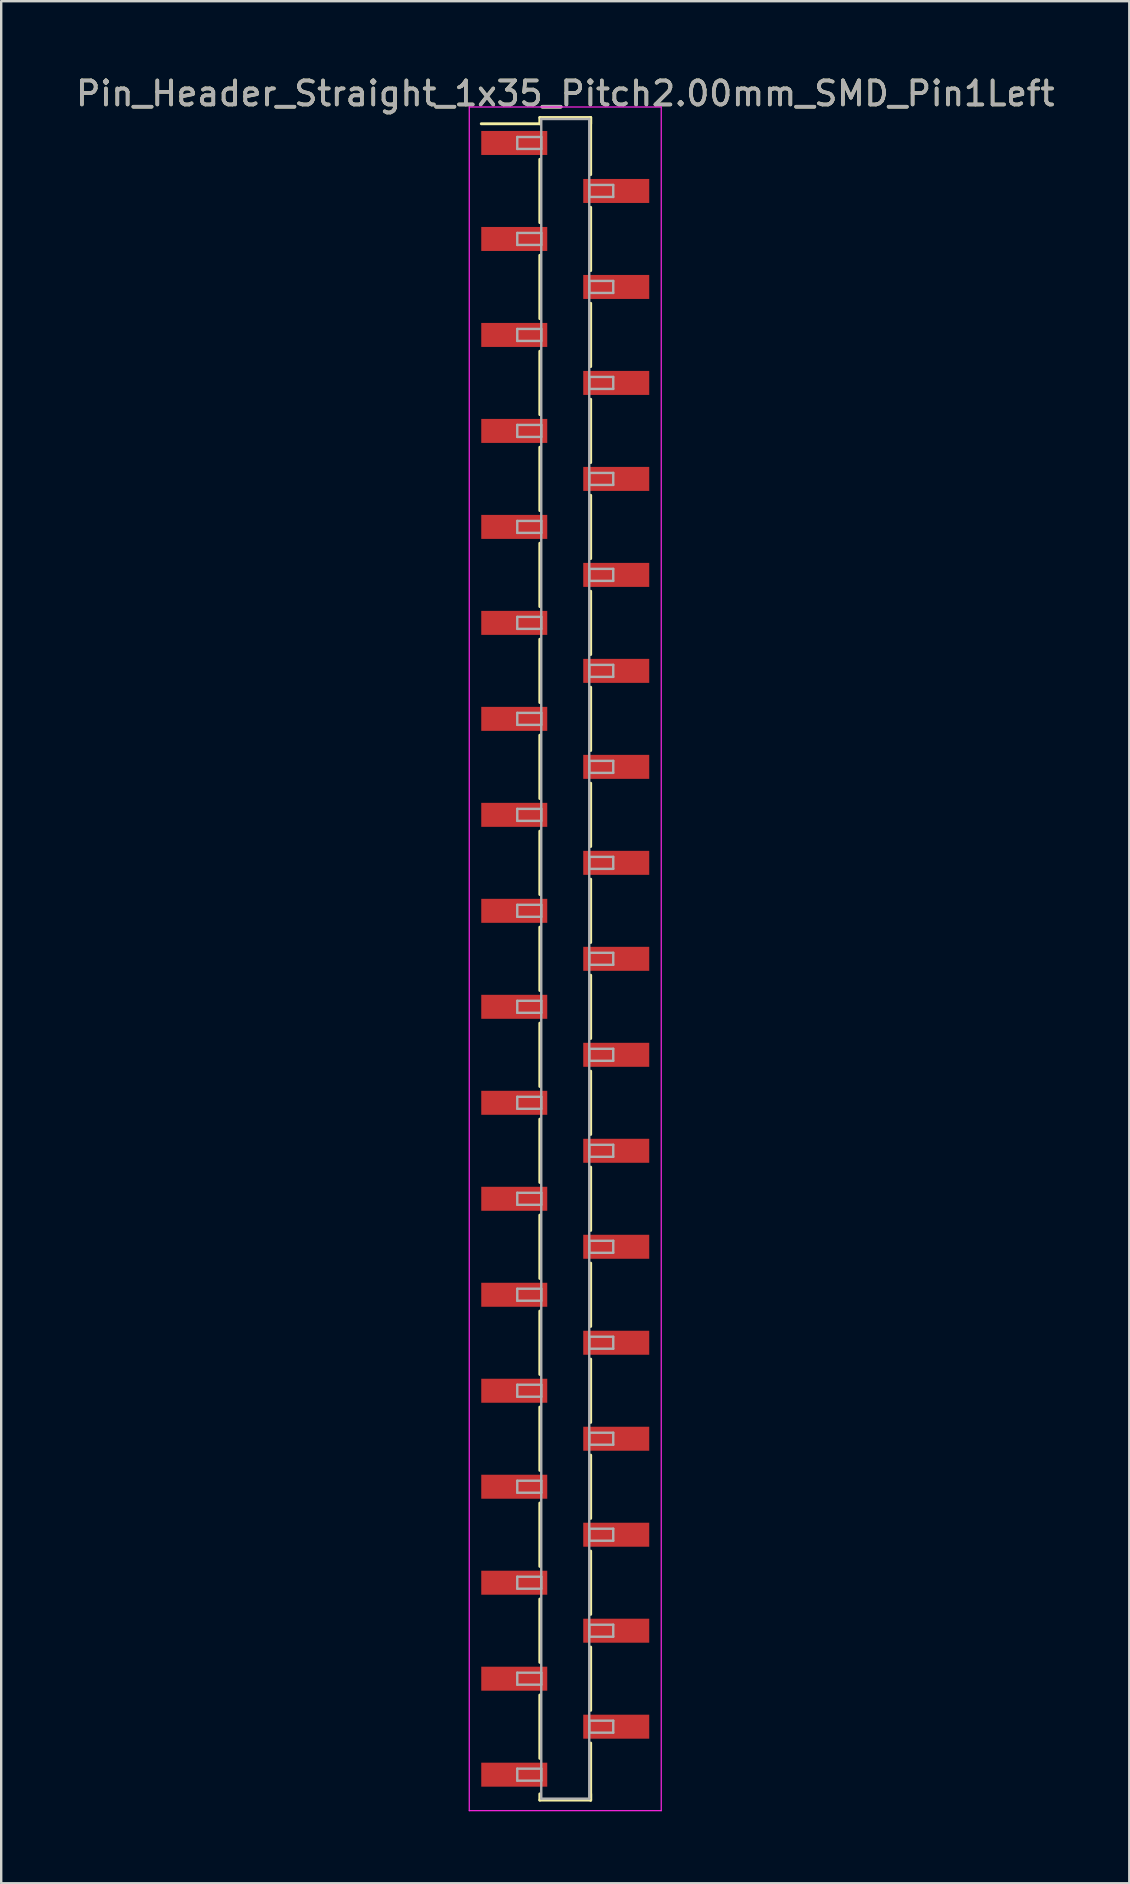
<source format=kicad_pcb>
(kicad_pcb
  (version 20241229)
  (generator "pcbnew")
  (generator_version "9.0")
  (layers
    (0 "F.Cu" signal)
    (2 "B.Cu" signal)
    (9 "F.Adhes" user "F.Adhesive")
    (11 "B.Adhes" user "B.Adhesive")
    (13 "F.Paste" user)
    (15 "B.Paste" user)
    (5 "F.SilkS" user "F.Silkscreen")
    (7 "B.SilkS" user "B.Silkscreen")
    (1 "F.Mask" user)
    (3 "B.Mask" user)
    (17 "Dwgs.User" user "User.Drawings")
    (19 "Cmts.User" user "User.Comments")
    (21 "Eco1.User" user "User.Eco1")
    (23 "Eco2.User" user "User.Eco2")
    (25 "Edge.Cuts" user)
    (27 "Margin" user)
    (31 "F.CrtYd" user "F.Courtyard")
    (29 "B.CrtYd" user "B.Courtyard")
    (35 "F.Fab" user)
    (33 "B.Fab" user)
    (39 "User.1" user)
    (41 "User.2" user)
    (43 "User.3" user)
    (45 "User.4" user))
  (footprint "Pin_Header_Straight_1x35_Pitch2.00mm_SMD_Pin1Left"
    (layer "F.Cu")
    (at 20.506 36.908)
    (property "Reference" "Pin_Header_Straight_1x35_Pitch2.00mm_SMD_Pin1Left" (at 0 -36.06 0) (layer "F.SilkS") (effects (font (size 1 1) (thickness 0.15))))
    (attr smd)
    (fp_line (start -1.06 -35.06) (end 1.06 -35.06) (stroke (width 0.12) (type solid)) (layer "F.SilkS"))
    (fp_line (start -1.06 -34.8) (end -3.5 -34.8) (stroke (width 0.12) (type solid)) (layer "F.SilkS"))
    (fp_line (start -1.06 -34.8) (end -1.06 -35.06) (stroke (width 0.12) (type solid)) (layer "F.SilkS"))
    (fp_line (start -1.06 -33.32) (end -1.06 -30.68) (stroke (width 0.12) (type solid)) (layer "F.SilkS"))
    (fp_line (start -1.06 -29.32) (end -1.06 -26.68) (stroke (width 0.12) (type solid)) (layer "F.SilkS"))
    (fp_line (start -1.06 -25.32) (end -1.06 -22.68) (stroke (width 0.12) (type solid)) (layer "F.SilkS"))
    (fp_line (start -1.06 -21.32) (end -1.06 -18.68) (stroke (width 0.12) (type solid)) (layer "F.SilkS"))
    (fp_line (start -1.06 -17.32) (end -1.06 -14.68) (stroke (width 0.12) (type solid)) (layer "F.SilkS"))
    (fp_line (start -1.06 -13.32) (end -1.06 -10.68) (stroke (width 0.12) (type solid)) (layer "F.SilkS"))
    (fp_line (start -1.06 -9.32) (end -1.06 -6.68) (stroke (width 0.12) (type solid)) (layer "F.SilkS"))
    (fp_line (start -1.06 -5.32) (end -1.06 -2.68) (stroke (width 0.12) (type solid)) (layer "F.SilkS"))
    (fp_line (start -1.06 -1.32) (end -1.06 1.32) (stroke (width 0.12) (type solid)) (layer "F.SilkS"))
    (fp_line (start -1.06 2.68) (end -1.06 5.32) (stroke (width 0.12) (type solid)) (layer "F.SilkS"))
    (fp_line (start -1.06 6.68) (end -1.06 9.32) (stroke (width 0.12) (type solid)) (layer "F.SilkS"))
    (fp_line (start -1.06 10.68) (end -1.06 13.32) (stroke (width 0.12) (type solid)) (layer "F.SilkS"))
    (fp_line (start -1.06 14.68) (end -1.06 17.32) (stroke (width 0.12) (type solid)) (layer "F.SilkS"))
    (fp_line (start -1.06 18.68) (end -1.06 21.32) (stroke (width 0.12) (type solid)) (layer "F.SilkS"))
    (fp_line (start -1.06 22.68) (end -1.06 25.32) (stroke (width 0.12) (type solid)) (layer "F.SilkS"))
    (fp_line (start -1.06 26.68) (end -1.06 29.32) (stroke (width 0.12) (type solid)) (layer "F.SilkS"))
    (fp_line (start -1.06 30.68) (end -1.06 33.32) (stroke (width 0.12) (type solid)) (layer "F.SilkS"))
    (fp_line (start -1.06 34.8) (end -1.06 35.06) (stroke (width 0.12) (type solid)) (layer "F.SilkS"))
    (fp_line (start -1.06 35.06) (end 1.06 35.06) (stroke (width 0.12) (type solid)) (layer "F.SilkS"))
    (fp_line (start 1.06 -35.06) (end 1.06 -34.8) (stroke (width 0.12) (type solid)) (layer "F.SilkS"))
    (fp_line (start 1.06 -35.06) (end 1.06 -32.68) (stroke (width 0.12) (type solid)) (layer "F.SilkS"))
    (fp_line (start 1.06 -31.32) (end 1.06 -28.68) (stroke (width 0.12) (type solid)) (layer "F.SilkS"))
    (fp_line (start 1.06 -27.32) (end 1.06 -24.68) (stroke (width 0.12) (type solid)) (layer "F.SilkS"))
    (fp_line (start 1.06 -23.32) (end 1.06 -20.68) (stroke (width 0.12) (type solid)) (layer "F.SilkS"))
    (fp_line (start 1.06 -19.32) (end 1.06 -16.68) (stroke (width 0.12) (type solid)) (layer "F.SilkS"))
    (fp_line (start 1.06 -15.32) (end 1.06 -12.68) (stroke (width 0.12) (type solid)) (layer "F.SilkS"))
    (fp_line (start 1.06 -11.32) (end 1.06 -8.68) (stroke (width 0.12) (type solid)) (layer "F.SilkS"))
    (fp_line (start 1.06 -7.32) (end 1.06 -4.68) (stroke (width 0.12) (type solid)) (layer "F.SilkS"))
    (fp_line (start 1.06 -3.32) (end 1.06 -0.68) (stroke (width 0.12) (type solid)) (layer "F.SilkS"))
    (fp_line (start 1.06 0.68) (end 1.06 3.32) (stroke (width 0.12) (type solid)) (layer "F.SilkS"))
    (fp_line (start 1.06 4.68) (end 1.06 7.32) (stroke (width 0.12) (type solid)) (layer "F.SilkS"))
    (fp_line (start 1.06 8.68) (end 1.06 11.32) (stroke (width 0.12) (type solid)) (layer "F.SilkS"))
    (fp_line (start 1.06 12.68) (end 1.06 15.32) (stroke (width 0.12) (type solid)) (layer "F.SilkS"))
    (fp_line (start 1.06 16.68) (end 1.06 19.32) (stroke (width 0.12) (type solid)) (layer "F.SilkS"))
    (fp_line (start 1.06 20.68) (end 1.06 23.32) (stroke (width 0.12) (type solid)) (layer "F.SilkS"))
    (fp_line (start 1.06 24.68) (end 1.06 27.32) (stroke (width 0.12) (type solid)) (layer "F.SilkS"))
    (fp_line (start 1.06 28.68) (end 1.06 31.32) (stroke (width 0.12) (type solid)) (layer "F.SilkS"))
    (fp_line (start 1.06 32.68) (end 1.06 35.06) (stroke (width 0.12) (type solid)) (layer "F.SilkS"))
    (fp_line (start 1.06 35.06) (end 1.06 34.8) (stroke (width 0.12) (type solid)) (layer "F.SilkS"))
    (fp_line (start -4 -35.5) (end -4 35.5) (stroke (width 0.05) (type solid)) (layer "F.CrtYd"))
    (fp_line (start -4 35.5) (end 4 35.5) (stroke (width 0.05) (type solid)) (layer "F.CrtYd"))
    (fp_line (start 4 -35.5) (end -4 -35.5) (stroke (width 0.05) (type solid)) (layer "F.CrtYd"))
    (fp_line (start 4 35.5) (end 4 -35.5) (stroke (width 0.05) (type solid)) (layer "F.CrtYd"))
    (fp_line (start -2 -34.25) (end -1 -34.25) (stroke (width 0.1) (type solid)) (layer "F.Fab"))
    (fp_line (start -2 -33.75) (end -2 -34.25) (stroke (width 0.1) (type solid)) (layer "F.Fab"))
    (fp_line (start -2 -30.25) (end -1 -30.25) (stroke (width 0.1) (type solid)) (layer "F.Fab"))
    (fp_line (start -2 -29.75) (end -2 -30.25) (stroke (width 0.1) (type solid)) (layer "F.Fab"))
    (fp_line (start -2 -26.25) (end -1 -26.25) (stroke (width 0.1) (type solid)) (layer "F.Fab"))
    (fp_line (start -2 -25.75) (end -2 -26.25) (stroke (width 0.1) (type solid)) (layer "F.Fab"))
    (fp_line (start -2 -22.25) (end -1 -22.25) (stroke (width 0.1) (type solid)) (layer "F.Fab"))
    (fp_line (start -2 -21.75) (end -2 -22.25) (stroke (width 0.1) (type solid)) (layer "F.Fab"))
    (fp_line (start -2 -18.25) (end -1 -18.25) (stroke (width 0.1) (type solid)) (layer "F.Fab"))
    (fp_line (start -2 -17.75) (end -2 -18.25) (stroke (width 0.1) (type solid)) (layer "F.Fab"))
    (fp_line (start -2 -14.25) (end -1 -14.25) (stroke (width 0.1) (type solid)) (layer "F.Fab"))
    (fp_line (start -2 -13.75) (end -2 -14.25) (stroke (width 0.1) (type solid)) (layer "F.Fab"))
    (fp_line (start -2 -10.25) (end -1 -10.25) (stroke (width 0.1) (type solid)) (layer "F.Fab"))
    (fp_line (start -2 -9.75) (end -2 -10.25) (stroke (width 0.1) (type solid)) (layer "F.Fab"))
    (fp_line (start -2 -6.25) (end -1 -6.25) (stroke (width 0.1) (type solid)) (layer "F.Fab"))
    (fp_line (start -2 -5.75) (end -2 -6.25) (stroke (width 0.1) (type solid)) (layer "F.Fab"))
    (fp_line (start -2 -2.25) (end -1 -2.25) (stroke (width 0.1) (type solid)) (layer "F.Fab"))
    (fp_line (start -2 -1.75) (end -2 -2.25) (stroke (width 0.1) (type solid)) (layer "F.Fab"))
    (fp_line (start -2 1.75) (end -1 1.75) (stroke (width 0.1) (type solid)) (layer "F.Fab"))
    (fp_line (start -2 2.25) (end -2 1.75) (stroke (width 0.1) (type solid)) (layer "F.Fab"))
    (fp_line (start -2 5.75) (end -1 5.75) (stroke (width 0.1) (type solid)) (layer "F.Fab"))
    (fp_line (start -2 6.25) (end -2 5.75) (stroke (width 0.1) (type solid)) (layer "F.Fab"))
    (fp_line (start -2 9.75) (end -1 9.75) (stroke (width 0.1) (type solid)) (layer "F.Fab"))
    (fp_line (start -2 10.25) (end -2 9.75) (stroke (width 0.1) (type solid)) (layer "F.Fab"))
    (fp_line (start -2 13.75) (end -1 13.75) (stroke (width 0.1) (type solid)) (layer "F.Fab"))
    (fp_line (start -2 14.25) (end -2 13.75) (stroke (width 0.1) (type solid)) (layer "F.Fab"))
    (fp_line (start -2 17.75) (end -1 17.75) (stroke (width 0.1) (type solid)) (layer "F.Fab"))
    (fp_line (start -2 18.25) (end -2 17.75) (stroke (width 0.1) (type solid)) (layer "F.Fab"))
    (fp_line (start -2 21.75) (end -1 21.75) (stroke (width 0.1) (type solid)) (layer "F.Fab"))
    (fp_line (start -2 22.25) (end -2 21.75) (stroke (width 0.1) (type solid)) (layer "F.Fab"))
    (fp_line (start -2 25.75) (end -1 25.75) (stroke (width 0.1) (type solid)) (layer "F.Fab"))
    (fp_line (start -2 26.25) (end -2 25.75) (stroke (width 0.1) (type solid)) (layer "F.Fab"))
    (fp_line (start -2 29.75) (end -1 29.75) (stroke (width 0.1) (type solid)) (layer "F.Fab"))
    (fp_line (start -2 30.25) (end -2 29.75) (stroke (width 0.1) (type solid)) (layer "F.Fab"))
    (fp_line (start -2 33.75) (end -1 33.75) (stroke (width 0.1) (type solid)) (layer "F.Fab"))
    (fp_line (start -2 34.25) (end -2 33.75) (stroke (width 0.1) (type solid)) (layer "F.Fab"))
    (fp_line (start -1 -35) (end -1 35) (stroke (width 0.1) (type solid)) (layer "F.Fab"))
    (fp_line (start -1 -34.25) (end -1 -33.75) (stroke (width 0.1) (type solid)) (layer "F.Fab"))
    (fp_line (start -1 -33.75) (end -2 -33.75) (stroke (width 0.1) (type solid)) (layer "F.Fab"))
    (fp_line (start -1 -30.25) (end -1 -29.75) (stroke (width 0.1) (type solid)) (layer "F.Fab"))
    (fp_line (start -1 -29.75) (end -2 -29.75) (stroke (width 0.1) (type solid)) (layer "F.Fab"))
    (fp_line (start -1 -26.25) (end -1 -25.75) (stroke (width 0.1) (type solid)) (layer "F.Fab"))
    (fp_line (start -1 -25.75) (end -2 -25.75) (stroke (width 0.1) (type solid)) (layer "F.Fab"))
    (fp_line (start -1 -22.25) (end -1 -21.75) (stroke (width 0.1) (type solid)) (layer "F.Fab"))
    (fp_line (start -1 -21.75) (end -2 -21.75) (stroke (width 0.1) (type solid)) (layer "F.Fab"))
    (fp_line (start -1 -18.25) (end -1 -17.75) (stroke (width 0.1) (type solid)) (layer "F.Fab"))
    (fp_line (start -1 -17.75) (end -2 -17.75) (stroke (width 0.1) (type solid)) (layer "F.Fab"))
    (fp_line (start -1 -14.25) (end -1 -13.75) (stroke (width 0.1) (type solid)) (layer "F.Fab"))
    (fp_line (start -1 -13.75) (end -2 -13.75) (stroke (width 0.1) (type solid)) (layer "F.Fab"))
    (fp_line (start -1 -10.25) (end -1 -9.75) (stroke (width 0.1) (type solid)) (layer "F.Fab"))
    (fp_line (start -1 -9.75) (end -2 -9.75) (stroke (width 0.1) (type solid)) (layer "F.Fab"))
    (fp_line (start -1 -6.25) (end -1 -5.75) (stroke (width 0.1) (type solid)) (layer "F.Fab"))
    (fp_line (start -1 -5.75) (end -2 -5.75) (stroke (width 0.1) (type solid)) (layer "F.Fab"))
    (fp_line (start -1 -2.25) (end -1 -1.75) (stroke (width 0.1) (type solid)) (layer "F.Fab"))
    (fp_line (start -1 -1.75) (end -2 -1.75) (stroke (width 0.1) (type solid)) (layer "F.Fab"))
    (fp_line (start -1 1.75) (end -1 2.25) (stroke (width 0.1) (type solid)) (layer "F.Fab"))
    (fp_line (start -1 2.25) (end -2 2.25) (stroke (width 0.1) (type solid)) (layer "F.Fab"))
    (fp_line (start -1 5.75) (end -1 6.25) (stroke (width 0.1) (type solid)) (layer "F.Fab"))
    (fp_line (start -1 6.25) (end -2 6.25) (stroke (width 0.1) (type solid)) (layer "F.Fab"))
    (fp_line (start -1 9.75) (end -1 10.25) (stroke (width 0.1) (type solid)) (layer "F.Fab"))
    (fp_line (start -1 10.25) (end -2 10.25) (stroke (width 0.1) (type solid)) (layer "F.Fab"))
    (fp_line (start -1 13.75) (end -1 14.25) (stroke (width 0.1) (type solid)) (layer "F.Fab"))
    (fp_line (start -1 14.25) (end -2 14.25) (stroke (width 0.1) (type solid)) (layer "F.Fab"))
    (fp_line (start -1 17.75) (end -1 18.25) (stroke (width 0.1) (type solid)) (layer "F.Fab"))
    (fp_line (start -1 18.25) (end -2 18.25) (stroke (width 0.1) (type solid)) (layer "F.Fab"))
    (fp_line (start -1 21.75) (end -1 22.25) (stroke (width 0.1) (type solid)) (layer "F.Fab"))
    (fp_line (start -1 22.25) (end -2 22.25) (stroke (width 0.1) (type solid)) (layer "F.Fab"))
    (fp_line (start -1 25.75) (end -1 26.25) (stroke (width 0.1) (type solid)) (layer "F.Fab"))
    (fp_line (start -1 26.25) (end -2 26.25) (stroke (width 0.1) (type solid)) (layer "F.Fab"))
    (fp_line (start -1 29.75) (end -1 30.25) (stroke (width 0.1) (type solid)) (layer "F.Fab"))
    (fp_line (start -1 30.25) (end -2 30.25) (stroke (width 0.1) (type solid)) (layer "F.Fab"))
    (fp_line (start -1 33.75) (end -1 34.25) (stroke (width 0.1) (type solid)) (layer "F.Fab"))
    (fp_line (start -1 34.25) (end -2 34.25) (stroke (width 0.1) (type solid)) (layer "F.Fab"))
    (fp_line (start -1 35) (end 1 35) (stroke (width 0.1) (type solid)) (layer "F.Fab"))
    (fp_line (start 1 -35) (end -1 -35) (stroke (width 0.1) (type solid)) (layer "F.Fab"))
    (fp_line (start 1 -32.25) (end 1 -31.75) (stroke (width 0.1) (type solid)) (layer "F.Fab"))
    (fp_line (start 1 -31.75) (end 2 -31.75) (stroke (width 0.1) (type solid)) (layer "F.Fab"))
    (fp_line (start 1 -28.25) (end 1 -27.75) (stroke (width 0.1) (type solid)) (layer "F.Fab"))
    (fp_line (start 1 -27.75) (end 2 -27.75) (stroke (width 0.1) (type solid)) (layer "F.Fab"))
    (fp_line (start 1 -24.25) (end 1 -23.75) (stroke (width 0.1) (type solid)) (layer "F.Fab"))
    (fp_line (start 1 -23.75) (end 2 -23.75) (stroke (width 0.1) (type solid)) (layer "F.Fab"))
    (fp_line (start 1 -20.25) (end 1 -19.75) (stroke (width 0.1) (type solid)) (layer "F.Fab"))
    (fp_line (start 1 -19.75) (end 2 -19.75) (stroke (width 0.1) (type solid)) (layer "F.Fab"))
    (fp_line (start 1 -16.25) (end 1 -15.75) (stroke (width 0.1) (type solid)) (layer "F.Fab"))
    (fp_line (start 1 -15.75) (end 2 -15.75) (stroke (width 0.1) (type solid)) (layer "F.Fab"))
    (fp_line (start 1 -12.25) (end 1 -11.75) (stroke (width 0.1) (type solid)) (layer "F.Fab"))
    (fp_line (start 1 -11.75) (end 2 -11.75) (stroke (width 0.1) (type solid)) (layer "F.Fab"))
    (fp_line (start 1 -8.25) (end 1 -7.75) (stroke (width 0.1) (type solid)) (layer "F.Fab"))
    (fp_line (start 1 -7.75) (end 2 -7.75) (stroke (width 0.1) (type solid)) (layer "F.Fab"))
    (fp_line (start 1 -4.25) (end 1 -3.75) (stroke (width 0.1) (type solid)) (layer "F.Fab"))
    (fp_line (start 1 -3.75) (end 2 -3.75) (stroke (width 0.1) (type solid)) (layer "F.Fab"))
    (fp_line (start 1 -0.25) (end 1 0.25) (stroke (width 0.1) (type solid)) (layer "F.Fab"))
    (fp_line (start 1 0.25) (end 2 0.25) (stroke (width 0.1) (type solid)) (layer "F.Fab"))
    (fp_line (start 1 3.75) (end 1 4.25) (stroke (width 0.1) (type solid)) (layer "F.Fab"))
    (fp_line (start 1 4.25) (end 2 4.25) (stroke (width 0.1) (type solid)) (layer "F.Fab"))
    (fp_line (start 1 7.75) (end 1 8.25) (stroke (width 0.1) (type solid)) (layer "F.Fab"))
    (fp_line (start 1 8.25) (end 2 8.25) (stroke (width 0.1) (type solid)) (layer "F.Fab"))
    (fp_line (start 1 11.75) (end 1 12.25) (stroke (width 0.1) (type solid)) (layer "F.Fab"))
    (fp_line (start 1 12.25) (end 2 12.25) (stroke (width 0.1) (type solid)) (layer "F.Fab"))
    (fp_line (start 1 15.75) (end 1 16.25) (stroke (width 0.1) (type solid)) (layer "F.Fab"))
    (fp_line (start 1 16.25) (end 2 16.25) (stroke (width 0.1) (type solid)) (layer "F.Fab"))
    (fp_line (start 1 19.75) (end 1 20.25) (stroke (width 0.1) (type solid)) (layer "F.Fab"))
    (fp_line (start 1 20.25) (end 2 20.25) (stroke (width 0.1) (type solid)) (layer "F.Fab"))
    (fp_line (start 1 23.75) (end 1 24.25) (stroke (width 0.1) (type solid)) (layer "F.Fab"))
    (fp_line (start 1 24.25) (end 2 24.25) (stroke (width 0.1) (type solid)) (layer "F.Fab"))
    (fp_line (start 1 27.75) (end 1 28.25) (stroke (width 0.1) (type solid)) (layer "F.Fab"))
    (fp_line (start 1 28.25) (end 2 28.25) (stroke (width 0.1) (type solid)) (layer "F.Fab"))
    (fp_line (start 1 31.75) (end 1 32.25) (stroke (width 0.1) (type solid)) (layer "F.Fab"))
    (fp_line (start 1 32.25) (end 2 32.25) (stroke (width 0.1) (type solid)) (layer "F.Fab"))
    (fp_line (start 1 35) (end 1 -35) (stroke (width 0.1) (type solid)) (layer "F.Fab"))
    (fp_line (start 2 -32.25) (end 1 -32.25) (stroke (width 0.1) (type solid)) (layer "F.Fab"))
    (fp_line (start 2 -31.75) (end 2 -32.25) (stroke (width 0.1) (type solid)) (layer "F.Fab"))
    (fp_line (start 2 -28.25) (end 1 -28.25) (stroke (width 0.1) (type solid)) (layer "F.Fab"))
    (fp_line (start 2 -27.75) (end 2 -28.25) (stroke (width 0.1) (type solid)) (layer "F.Fab"))
    (fp_line (start 2 -24.25) (end 1 -24.25) (stroke (width 0.1) (type solid)) (layer "F.Fab"))
    (fp_line (start 2 -23.75) (end 2 -24.25) (stroke (width 0.1) (type solid)) (layer "F.Fab"))
    (fp_line (start 2 -20.25) (end 1 -20.25) (stroke (width 0.1) (type solid)) (layer "F.Fab"))
    (fp_line (start 2 -19.75) (end 2 -20.25) (stroke (width 0.1) (type solid)) (layer "F.Fab"))
    (fp_line (start 2 -16.25) (end 1 -16.25) (stroke (width 0.1) (type solid)) (layer "F.Fab"))
    (fp_line (start 2 -15.75) (end 2 -16.25) (stroke (width 0.1) (type solid)) (layer "F.Fab"))
    (fp_line (start 2 -12.25) (end 1 -12.25) (stroke (width 0.1) (type solid)) (layer "F.Fab"))
    (fp_line (start 2 -11.75) (end 2 -12.25) (stroke (width 0.1) (type solid)) (layer "F.Fab"))
    (fp_line (start 2 -8.25) (end 1 -8.25) (stroke (width 0.1) (type solid)) (layer "F.Fab"))
    (fp_line (start 2 -7.75) (end 2 -8.25) (stroke (width 0.1) (type solid)) (layer "F.Fab"))
    (fp_line (start 2 -4.25) (end 1 -4.25) (stroke (width 0.1) (type solid)) (layer "F.Fab"))
    (fp_line (start 2 -3.75) (end 2 -4.25) (stroke (width 0.1) (type solid)) (layer "F.Fab"))
    (fp_line (start 2 -0.25) (end 1 -0.25) (stroke (width 0.1) (type solid)) (layer "F.Fab"))
    (fp_line (start 2 0.25) (end 2 -0.25) (stroke (width 0.1) (type solid)) (layer "F.Fab"))
    (fp_line (start 2 3.75) (end 1 3.75) (stroke (width 0.1) (type solid)) (layer "F.Fab"))
    (fp_line (start 2 4.25) (end 2 3.75) (stroke (width 0.1) (type solid)) (layer "F.Fab"))
    (fp_line (start 2 7.75) (end 1 7.75) (stroke (width 0.1) (type solid)) (layer "F.Fab"))
    (fp_line (start 2 8.25) (end 2 7.75) (stroke (width 0.1) (type solid)) (layer "F.Fab"))
    (fp_line (start 2 11.75) (end 1 11.75) (stroke (width 0.1) (type solid)) (layer "F.Fab"))
    (fp_line (start 2 12.25) (end 2 11.75) (stroke (width 0.1) (type solid)) (layer "F.Fab"))
    (fp_line (start 2 15.75) (end 1 15.75) (stroke (width 0.1) (type solid)) (layer "F.Fab"))
    (fp_line (start 2 16.25) (end 2 15.75) (stroke (width 0.1) (type solid)) (layer "F.Fab"))
    (fp_line (start 2 19.75) (end 1 19.75) (stroke (width 0.1) (type solid)) (layer "F.Fab"))
    (fp_line (start 2 20.25) (end 2 19.75) (stroke (width 0.1) (type solid)) (layer "F.Fab"))
    (fp_line (start 2 23.75) (end 1 23.75) (stroke (width 0.1) (type solid)) (layer "F.Fab"))
    (fp_line (start 2 24.25) (end 2 23.75) (stroke (width 0.1) (type solid)) (layer "F.Fab"))
    (fp_line (start 2 27.75) (end 1 27.75) (stroke (width 0.1) (type solid)) (layer "F.Fab"))
    (fp_line (start 2 28.25) (end 2 27.75) (stroke (width 0.1) (type solid)) (layer "F.Fab"))
    (fp_line (start 2 31.75) (end 1 31.75) (stroke (width 0.1) (type solid)) (layer "F.Fab"))
    (fp_line (start 2 32.25) (end 2 31.75) (stroke (width 0.1) (type solid)) (layer "F.Fab"))
    (fp_text user "${REFERENCE}" (at 0 -36.06 0) (layer "F.Fab") (effects (font (size 1 1) (thickness 0.15))))
    (pad "1" smd rect (at -2.125 -34) (size 2.75 1) (layers "F.Cu" "F.Mask" "F.Paste"))
    (pad "2" smd rect (at 2.125 -32) (size 2.75 1) (layers "F.Cu" "F.Mask" "F.Paste"))
    (pad "3" smd rect (at -2.125 -30) (size 2.75 1) (layers "F.Cu" "F.Mask" "F.Paste"))
    (pad "4" smd rect (at 2.125 -28) (size 2.75 1) (layers "F.Cu" "F.Mask" "F.Paste"))
    (pad "5" smd rect (at -2.125 -26) (size 2.75 1) (layers "F.Cu" "F.Mask" "F.Paste"))
    (pad "6" smd rect (at 2.125 -24) (size 2.75 1) (layers "F.Cu" "F.Mask" "F.Paste"))
    (pad "7" smd rect (at -2.125 -22) (size 2.75 1) (layers "F.Cu" "F.Mask" "F.Paste"))
    (pad "8" smd rect (at 2.125 -20) (size 2.75 1) (layers "F.Cu" "F.Mask" "F.Paste"))
    (pad "9" smd rect (at -2.125 -18) (size 2.75 1) (layers "F.Cu" "F.Mask" "F.Paste"))
    (pad "10" smd rect (at 2.125 -16) (size 2.75 1) (layers "F.Cu" "F.Mask" "F.Paste"))
    (pad "11" smd rect (at -2.125 -14) (size 2.75 1) (layers "F.Cu" "F.Mask" "F.Paste"))
    (pad "12" smd rect (at 2.125 -12) (size 2.75 1) (layers "F.Cu" "F.Mask" "F.Paste"))
    (pad "13" smd rect (at -2.125 -10) (size 2.75 1) (layers "F.Cu" "F.Mask" "F.Paste"))
    (pad "14" smd rect (at 2.125 -8) (size 2.75 1) (layers "F.Cu" "F.Mask" "F.Paste"))
    (pad "15" smd rect (at -2.125 -6) (size 2.75 1) (layers "F.Cu" "F.Mask" "F.Paste"))
    (pad "16" smd rect (at 2.125 -4) (size 2.75 1) (layers "F.Cu" "F.Mask" "F.Paste"))
    (pad "17" smd rect (at -2.125 -2) (size 2.75 1) (layers "F.Cu" "F.Mask" "F.Paste"))
    (pad "18" smd rect (at 2.125 0) (size 2.75 1) (layers "F.Cu" "F.Mask" "F.Paste"))
    (pad "19" smd rect (at -2.125 2) (size 2.75 1) (layers "F.Cu" "F.Mask" "F.Paste"))
    (pad "20" smd rect (at 2.125 4) (size 2.75 1) (layers "F.Cu" "F.Mask" "F.Paste"))
    (pad "21" smd rect (at -2.125 6) (size 2.75 1) (layers "F.Cu" "F.Mask" "F.Paste"))
    (pad "22" smd rect (at 2.125 8) (size 2.75 1) (layers "F.Cu" "F.Mask" "F.Paste"))
    (pad "23" smd rect (at -2.125 10) (size 2.75 1) (layers "F.Cu" "F.Mask" "F.Paste"))
    (pad "24" smd rect (at 2.125 12) (size 2.75 1) (layers "F.Cu" "F.Mask" "F.Paste"))
    (pad "25" smd rect (at -2.125 14) (size 2.75 1) (layers "F.Cu" "F.Mask" "F.Paste"))
    (pad "26" smd rect (at 2.125 16) (size 2.75 1) (layers "F.Cu" "F.Mask" "F.Paste"))
    (pad "27" smd rect (at -2.125 18) (size 2.75 1) (layers "F.Cu" "F.Mask" "F.Paste"))
    (pad "28" smd rect (at 2.125 20) (size 2.75 1) (layers "F.Cu" "F.Mask" "F.Paste"))
    (pad "29" smd rect (at -2.125 22) (size 2.75 1) (layers "F.Cu" "F.Mask" "F.Paste"))
    (pad "30" smd rect (at 2.125 24) (size 2.75 1) (layers "F.Cu" "F.Mask" "F.Paste"))
    (pad "31" smd rect (at -2.125 26) (size 2.75 1) (layers "F.Cu" "F.Mask" "F.Paste"))
    (pad "32" smd rect (at 2.125 28) (size 2.75 1) (layers "F.Cu" "F.Mask" "F.Paste"))
    (pad "33" smd rect (at -2.125 30) (size 2.75 1) (layers "F.Cu" "F.Mask" "F.Paste"))
    (pad "34" smd rect (at 2.125 32) (size 2.75 1) (layers "F.Cu" "F.Mask" "F.Paste"))
    (pad "35" smd rect (at -2.125 34) (size 2.75 1) (layers "F.Cu" "F.Mask" "F.Paste")))
  (gr_rect
    (start -3 -3)
    (end 44.012 75.433)
    (stroke (width 0.1) (type default))
    (fill no)
    (layer "Edge.Cuts")))
</source>
